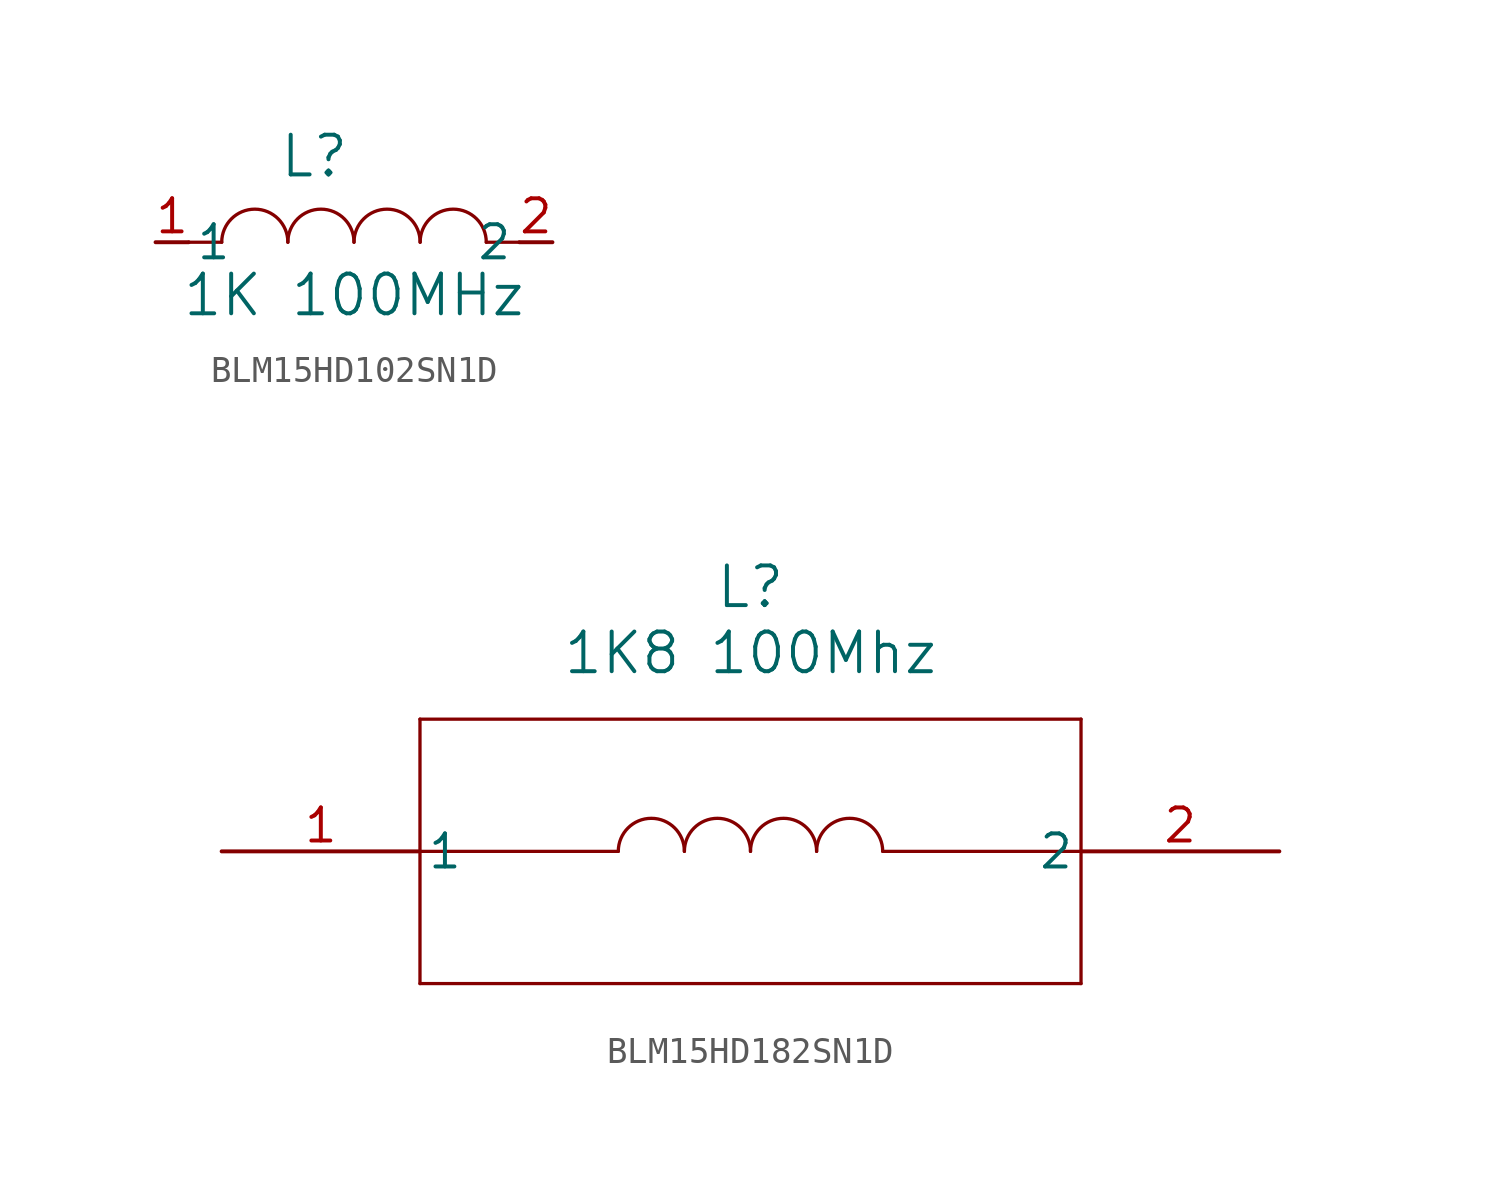
<source format=kicad_sym>
(kicad_symbol_lib
  (version 20241209)
  (generator "kicad_symbol_editor")
  (generator_version "9.0")
  (symbol "BLM15HD102SN1D"
    (pin_names
      (offset 0.254))
    (property "Reference" "L"
      (at 18.796 3.302 0)
      (effects (font (size 1.524 1.524))))
    (property "Value" "1K 100MHz"
      (at 20.32 -2.032 0)
      (effects (font (size 1.524 1.524))))
    (symbol "BLM15HD102SN1D_0_1"
      (polyline (pts (xy 15.24 0) (xy 13.97 0)) (stroke (width 0.127) (type default)) (fill (type none)))
      (arc (start 15.24 0) (mid 16.51 1.2645) (end 17.78 0) (stroke (width 0.127) (type default)) (fill (type none)))
      (arc (start 17.78 0) (mid 19.05 1.2645) (end 20.32 0) (stroke (width 0.127) (type default)) (fill (type none)))
      (arc (start 20.32 0) (mid 21.59 1.2645) (end 22.86 0) (stroke (width 0.127) (type default)) (fill (type none)))
      (arc (start 22.86 0) (mid 24.13 1.2645) (end 25.4 0) (stroke (width 0.127) (type default)) (fill (type none)))
      (polyline (pts (xy 25.4 0) (xy 26.67 0)) (stroke (width 0.127) (type default)) (fill (type none)))
      (pin unspecified line (at 12.7 0 0) (length 1.27) (name "1" (effects (font (size 1.27 1.27)))) (number "1" (effects (font (size 1.27 1.27))))))
    (symbol "BLM15HD102SN1D_1_1"
      (pin unspecified line (at 27.94 0 180) (length 1.27) (name "2" (effects (font (size 1.27 1.27)))) (number "2" (effects (font (size 1.27 1.27)))))))
  (symbol "BLM15HD182SN1D"
    (pin_names
      (offset 0.254))
    (property "Reference" "L"
      (at 20.32 10.16 0)
      (effects (font (size 1.524 1.524))))
    (property "Value" "1K8 100Mhz"
      (at 20.32 7.62 0)
      (effects (font (size 1.524 1.524))))
    (symbol "BLM15HD182SN1D_0_1"
      (polyline (pts (xy 7.62 5.08) (xy 7.62 -5.08)) (stroke (width 0.127) (type default)) (fill (type none)))
      (polyline (pts (xy 7.62 -5.08) (xy 33.02 -5.08)) (stroke (width 0.127) (type default)) (fill (type none)))
      (polyline (pts (xy 15.24 0) (xy 7.62 0)) (stroke (width 0.127) (type default)) (fill (type none)))
      (arc (start 15.24 0) (mid 16.51 1.2645) (end 17.78 0) (stroke (width 0.127) (type default)) (fill (type none)))
      (arc (start 17.78 0) (mid 19.05 1.2645) (end 20.32 0) (stroke (width 0.127) (type default)) (fill (type none)))
      (arc (start 20.32 0) (mid 21.59 1.2645) (end 22.86 0) (stroke (width 0.127) (type default)) (fill (type none)))
      (arc (start 22.86 0) (mid 24.13 1.2645) (end 25.4 0) (stroke (width 0.127) (type default)) (fill (type none)))
      (polyline (pts (xy 25.4 0) (xy 33.02 0)) (stroke (width 0.127) (type default)) (fill (type none)))
      (polyline (pts (xy 33.02 5.08) (xy 7.62 5.08)) (stroke (width 0.127) (type default)) (fill (type none)))
      (polyline (pts (xy 33.02 -5.08) (xy 33.02 5.08)) (stroke (width 0.127) (type default)) (fill (type none)))
      (pin unspecified line (at 0 0 0) (length 7.62) (name "1" (effects (font (size 1.27 1.27)))) (number "1" (effects (font (size 1.27 1.27)))))
      (pin unspecified line (at 40.64 0 180) (length 7.62) (name "2" (effects (font (size 1.27 1.27)))) (number "2" (effects (font (size 1.27 1.27))))))))
</source>
